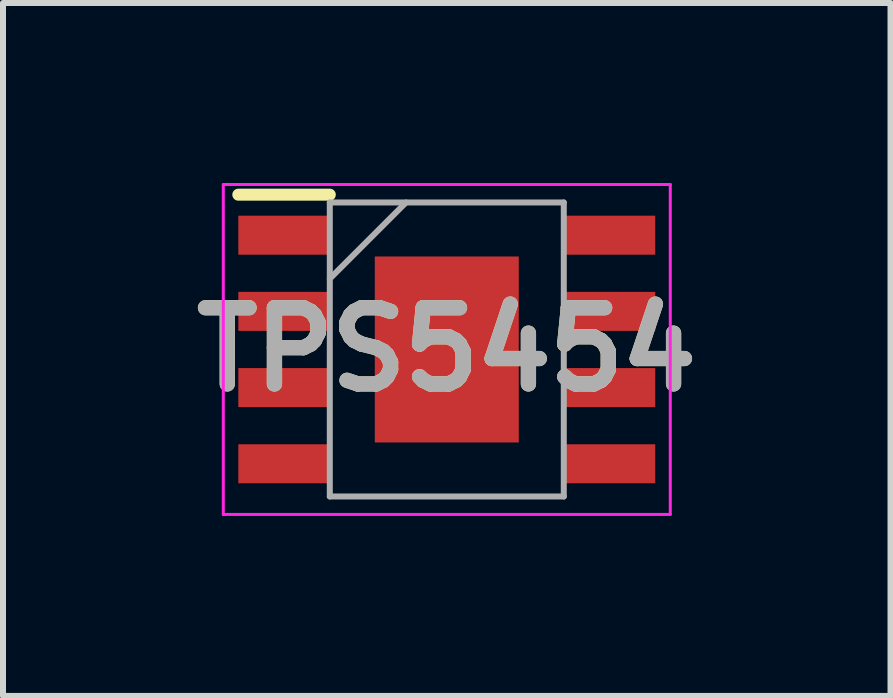
<source format=kicad_pcb>
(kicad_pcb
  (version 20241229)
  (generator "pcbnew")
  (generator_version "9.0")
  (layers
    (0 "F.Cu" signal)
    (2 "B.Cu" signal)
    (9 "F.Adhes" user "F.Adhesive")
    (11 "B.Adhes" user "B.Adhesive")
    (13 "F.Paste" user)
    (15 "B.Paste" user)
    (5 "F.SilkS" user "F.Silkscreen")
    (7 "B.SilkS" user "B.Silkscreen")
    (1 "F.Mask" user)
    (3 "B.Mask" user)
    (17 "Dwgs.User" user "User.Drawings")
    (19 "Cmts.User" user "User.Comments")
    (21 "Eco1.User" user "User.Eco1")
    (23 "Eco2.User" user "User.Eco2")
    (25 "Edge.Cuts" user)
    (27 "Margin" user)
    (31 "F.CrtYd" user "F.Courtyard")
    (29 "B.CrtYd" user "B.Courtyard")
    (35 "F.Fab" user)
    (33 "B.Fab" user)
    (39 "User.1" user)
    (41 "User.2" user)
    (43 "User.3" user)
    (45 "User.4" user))
  (footprint "TPS5454"
    (layer "F.Cu")
    (at 4.397 2.775)
    (property "Reference" "TPS5454" (at 0 0 0) (layer "F.SilkS") (effects (font (size 1.27 1.27) (thickness 0.254))))
    (attr smd)
    (fp_line (start -3.475 -2.58) (end -1.95 -2.58) (stroke (width 0.2) (type solid)) (layer "F.SilkS"))
    (fp_line (start -3.725 -2.75) (end 3.725 -2.75) (stroke (width 0.05) (type solid)) (layer "F.CrtYd"))
    (fp_line (start -3.725 2.75) (end -3.725 -2.75) (stroke (width 0.05) (type solid)) (layer "F.CrtYd"))
    (fp_line (start 3.725 -2.75) (end 3.725 2.75) (stroke (width 0.05) (type solid)) (layer "F.CrtYd"))
    (fp_line (start 3.725 2.75) (end -3.725 2.75) (stroke (width 0.05) (type solid)) (layer "F.CrtYd"))
    (fp_line (start -1.95 -2.45) (end 1.95 -2.45) (stroke (width 0.1) (type solid)) (layer "F.Fab"))
    (fp_line (start -1.95 -1.18) (end -0.68 -2.45) (stroke (width 0.1) (type solid)) (layer "F.Fab"))
    (fp_line (start -1.95 2.45) (end -1.95 -2.45) (stroke (width 0.1) (type solid)) (layer "F.Fab"))
    (fp_line (start 1.95 -2.45) (end 1.95 2.45) (stroke (width 0.1) (type solid)) (layer "F.Fab"))
    (fp_line (start 1.95 2.45) (end -1.95 2.45) (stroke (width 0.1) (type solid)) (layer "F.Fab"))
    (fp_text user "${REFERENCE}" (at 0 0 0) (layer "F.Fab") (effects (font (size 1.27 1.27) (thickness 0.254))))
    (pad "1" smd rect (at -2.712 -1.905 90) (size 0.65 1.525) (layers "F.Cu" "F.Mask" "F.Paste"))
    (pad "2" smd rect (at -2.712 -0.635 90) (size 0.65 1.525) (layers "F.Cu" "F.Mask" "F.Paste"))
    (pad "3" smd rect (at -2.712 0.635 90) (size 0.65 1.525) (layers "F.Cu" "F.Mask" "F.Paste"))
    (pad "4" smd rect (at -2.712 1.905 90) (size 0.65 1.525) (layers "F.Cu" "F.Mask" "F.Paste"))
    (pad "5" smd rect (at 2.712 1.905 90) (size 0.65 1.525) (layers "F.Cu" "F.Mask" "F.Paste"))
    (pad "6" smd rect (at 2.712 0.635 90) (size 0.65 1.525) (layers "F.Cu" "F.Mask" "F.Paste"))
    (pad "7" smd rect (at 2.712 -0.635 90) (size 0.65 1.525) (layers "F.Cu" "F.Mask" "F.Paste"))
    (pad "8" smd rect (at 2.712 -1.905 90) (size 0.65 1.525) (layers "F.Cu" "F.Mask" "F.Paste"))
    (pad "9" smd rect (at 0 0) (size 2.4 3.1) (layers "F.Cu" "F.Mask" "F.Paste")))
  (gr_rect
    (start -3 -3)
    (end 11.793 8.55)
    (stroke (width 0.1) (type default))
    (fill no)
    (layer "Edge.Cuts")))
</source>
